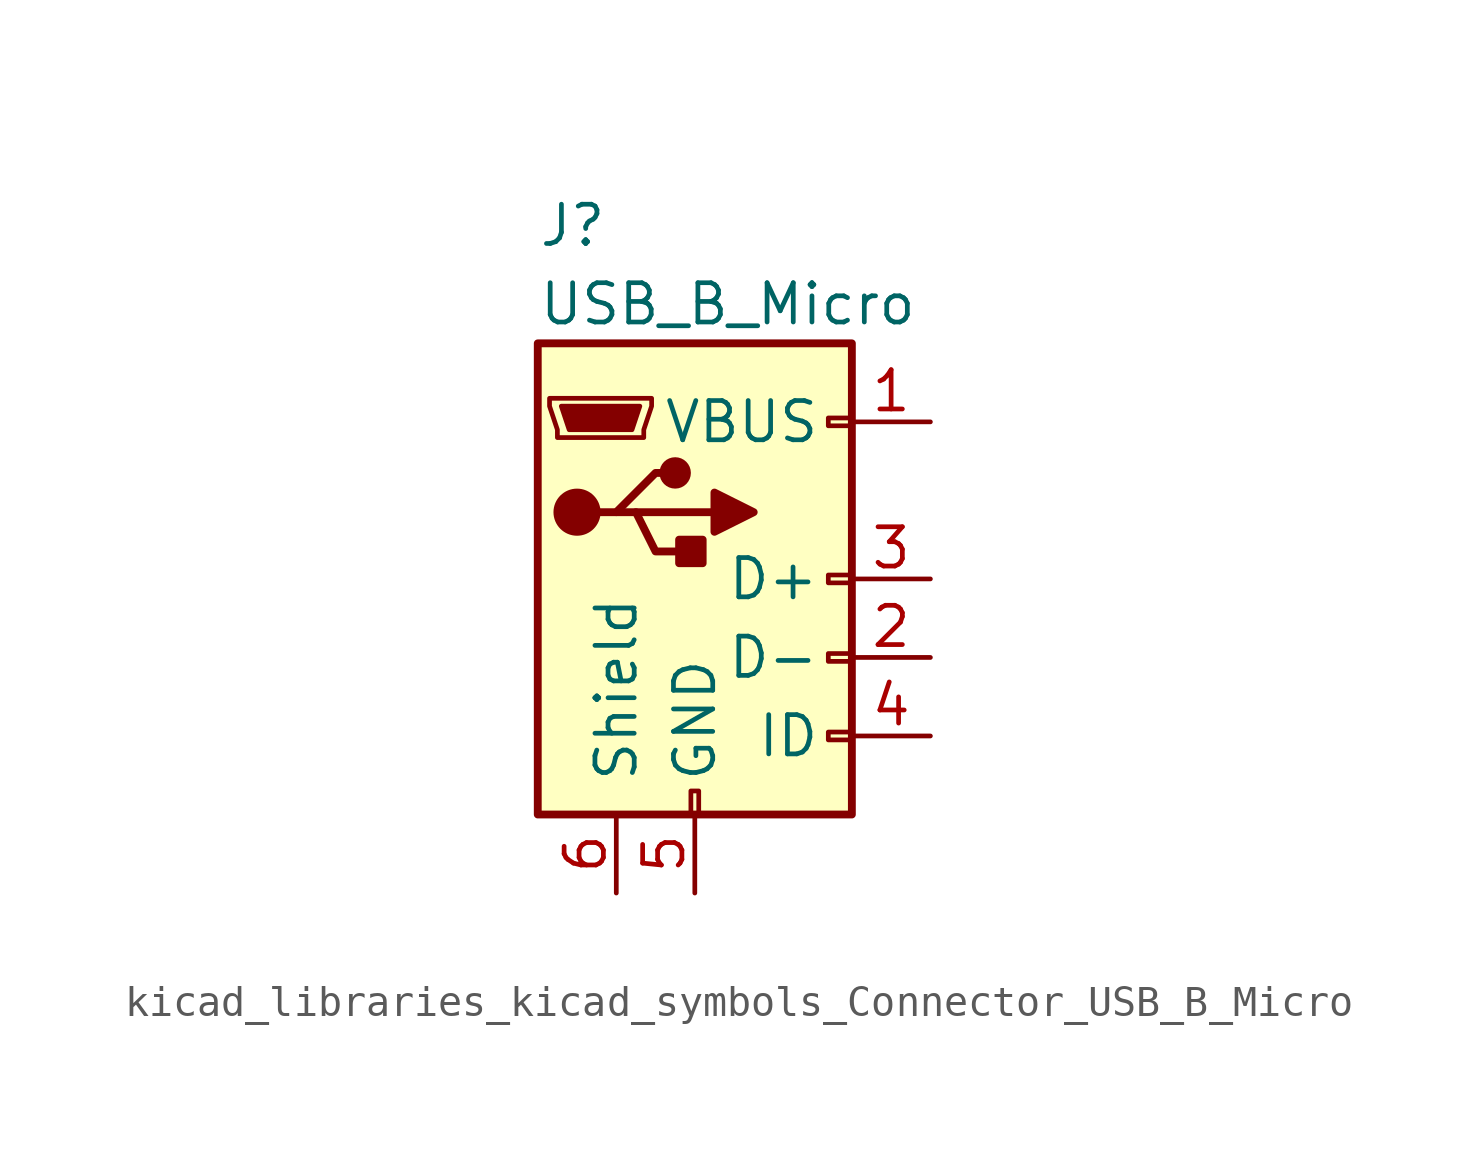
<source format=kicad_sym>
(kicad_symbol_lib
  (version 20220914)
  (generator kicad_symbol_editor)
  (symbol "kicad_libraries_kicad_symbols_Connector_USB_B_Micro"
    (pin_names
      (offset 1.016))
    (property "Reference" "J"
      (at -5.08 11.43 0)
      (effects (font (size 1.27 1.27)) (justify left)))
    (property "Value" "USB_B_Micro"
      (at -5.08 8.89 0)
      (effects (font (size 1.27 1.27)) (justify left)))
    (symbol "kicad_libraries_kicad_symbols_Connector_USB_B_Micro_0_1"
      (rectangle (start -5.08 -7.62) (end 5.08 7.62) (stroke (width 0.254) (type default)) (fill (type background)))
      (circle (center -3.81 2.159) (radius 0.635) (stroke (width 0.254) (type default)) (fill (type outline)))
      (circle (center -0.635 3.429) (radius 0.381) (stroke (width 0.254) (type default)) (fill (type outline)))
      (rectangle (start -0.127 -7.62) (end 0.127 -6.858) (stroke (width 0) (type default)) (fill (type none)))
      (polyline (pts (xy -1.905 2.159) (xy 0.635 2.159)) (stroke (width 0.254) (type default)) (fill (type none)))
      (polyline (pts (xy -3.175 2.159) (xy -2.54 2.159) (xy -1.27 3.429) (xy -0.635 3.429)) (stroke (width 0.254) (type default)) (fill (type none)))
      (polyline (pts (xy -2.54 2.159) (xy -1.905 2.159) (xy -1.27 0.889) (xy 0 0.889)) (stroke (width 0.254) (type default)) (fill (type none)))
      (polyline (pts (xy 0.635 2.794) (xy 0.635 1.524) (xy 1.905 2.159) (xy 0.635 2.794)) (stroke (width 0.254) (type default)) (fill (type outline)))
      (polyline (pts (xy -4.318 5.588) (xy -1.778 5.588) (xy -2.032 4.826) (xy -4.064 4.826) (xy -4.318 5.588)) (stroke (width 0) (type default)) (fill (type outline)))
      (polyline (pts (xy -4.699 5.842) (xy -4.699 5.588) (xy -4.445 4.826) (xy -4.445 4.572) (xy -1.651 4.572) (xy -1.651 4.826) (xy -1.397 5.588) (xy -1.397 5.842) (xy -4.699 5.842)) (stroke (width 0) (type default)) (fill (type none)))
      (rectangle (start 0.254 1.27) (end -0.508 0.508) (stroke (width 0.254) (type default)) (fill (type outline)))
      (rectangle (start 5.08 -5.207) (end 4.318 -4.953) (stroke (width 0) (type default)) (fill (type none)))
      (rectangle (start 5.08 -2.667) (end 4.318 -2.413) (stroke (width 0) (type default)) (fill (type none)))
      (rectangle (start 5.08 -0.127) (end 4.318 0.127) (stroke (width 0) (type default)) (fill (type none)))
      (rectangle (start 5.08 4.953) (end 4.318 5.207) (stroke (width 0) (type default)) (fill (type none))))
    (symbol "kicad_libraries_kicad_symbols_Connector_USB_B_Micro_1_1"
      (pin power_out line (at 7.62 5.08 180) (length 2.54) (name "VBUS" (effects (font (size 1.27 1.27)))) (number "1" (effects (font (size 1.27 1.27)))))
      (pin bidirectional line (at 7.62 -2.54 180) (length 2.54) (name "D-" (effects (font (size 1.27 1.27)))) (number "2" (effects (font (size 1.27 1.27)))))
      (pin bidirectional line (at 7.62 0 180) (length 2.54) (name "D+" (effects (font (size 1.27 1.27)))) (number "3" (effects (font (size 1.27 1.27)))))
      (pin passive line (at 7.62 -5.08 180) (length 2.54) (name "ID" (effects (font (size 1.27 1.27)))) (number "4" (effects (font (size 1.27 1.27)))))
      (pin power_out line (at 0 -10.16 90) (length 2.54) (name "GND" (effects (font (size 1.27 1.27)))) (number "5" (effects (font (size 1.27 1.27)))))
      (pin passive line (at -2.54 -10.16 90) (length 2.54) (name "Shield" (effects (font (size 1.27 1.27)))) (number "6" (effects (font (size 1.27 1.27))))))))
</source>
